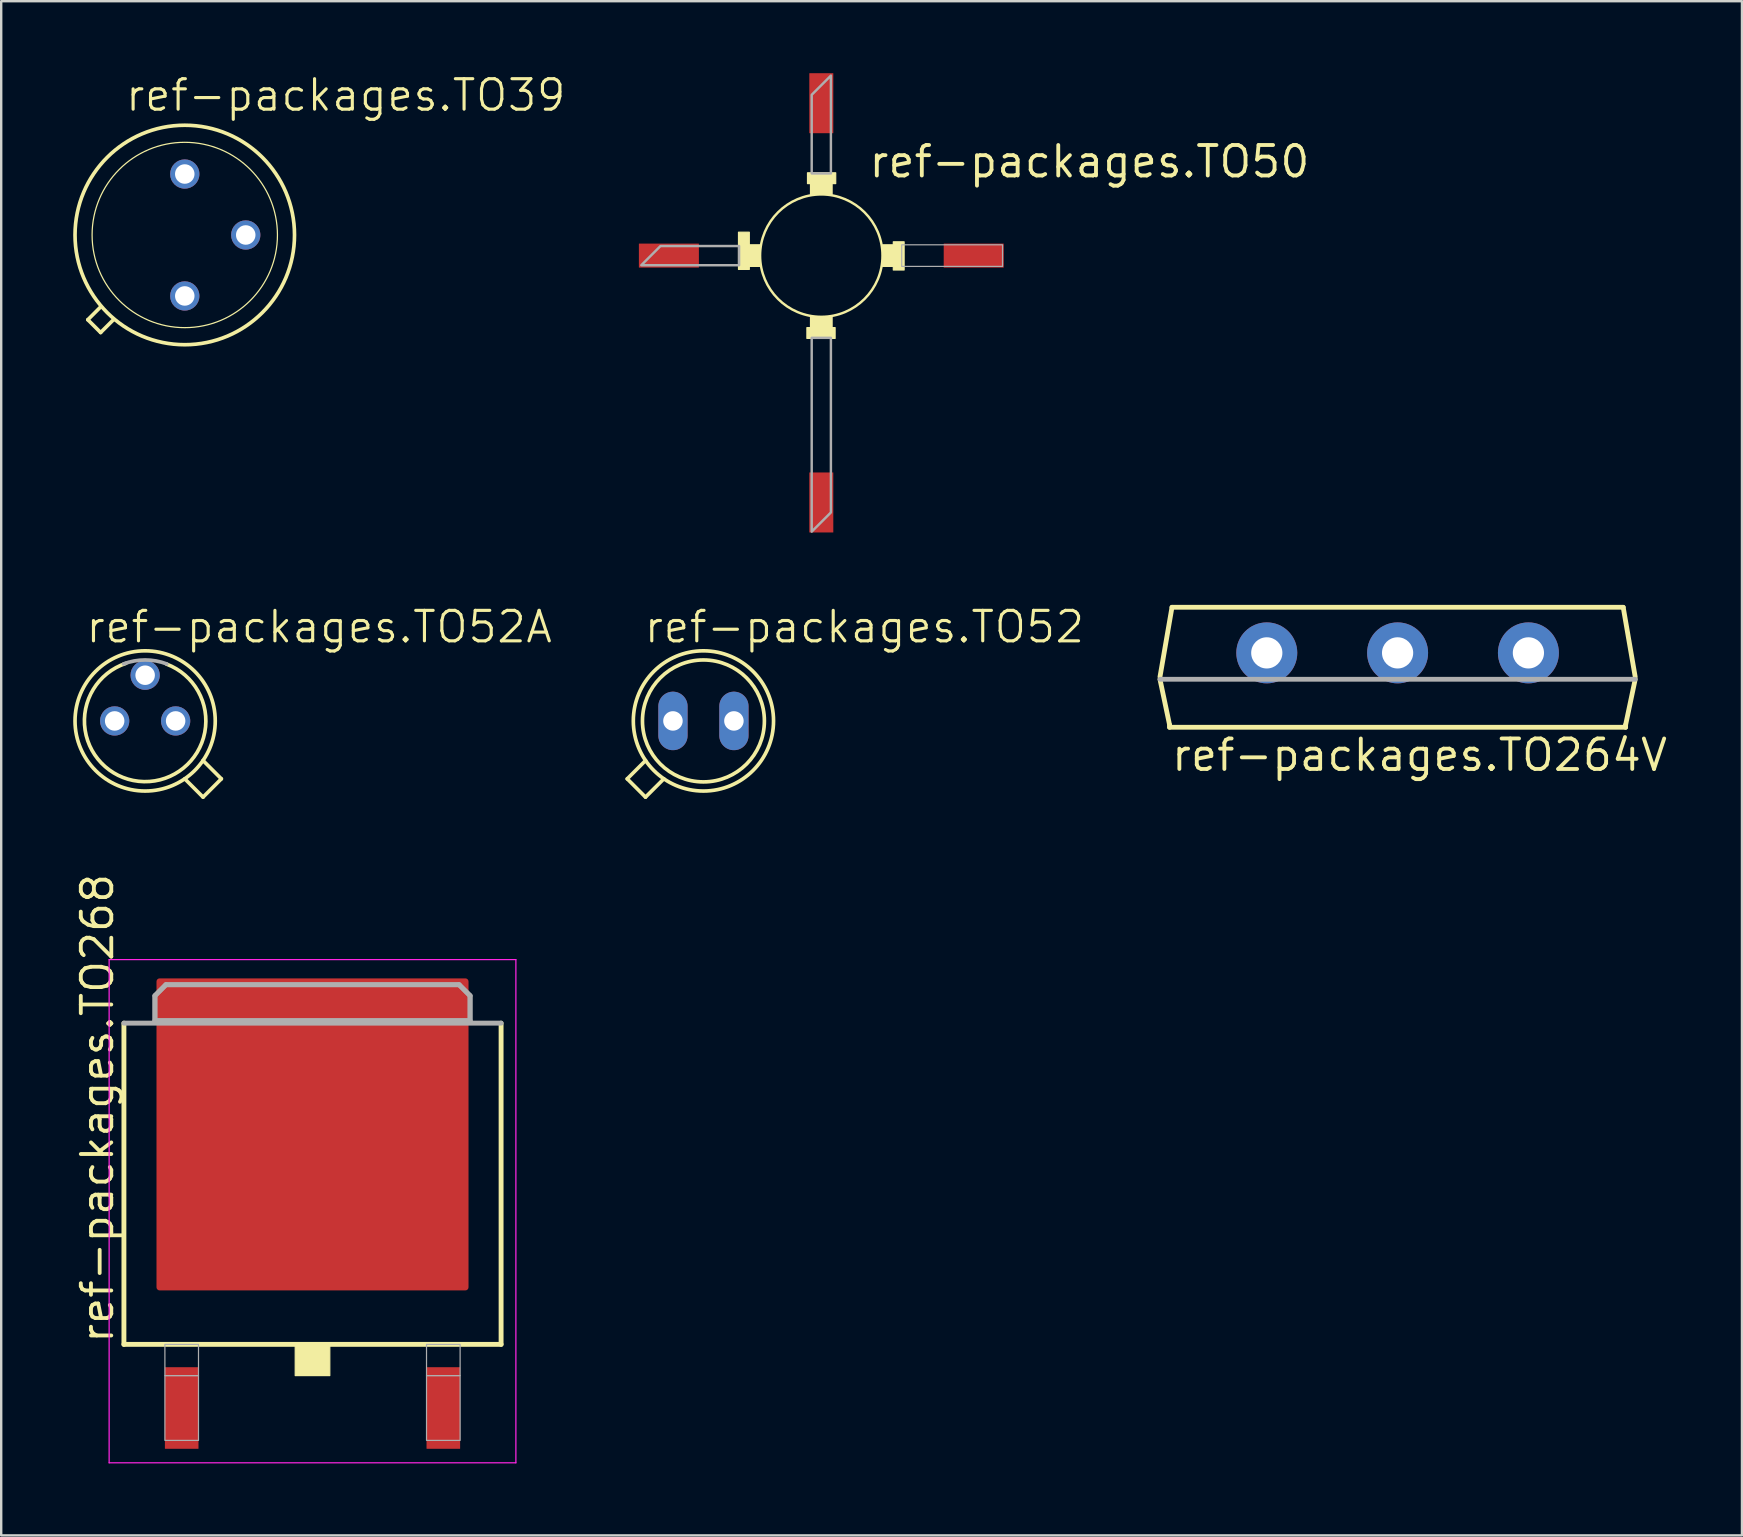
<source format=kicad_pcb>
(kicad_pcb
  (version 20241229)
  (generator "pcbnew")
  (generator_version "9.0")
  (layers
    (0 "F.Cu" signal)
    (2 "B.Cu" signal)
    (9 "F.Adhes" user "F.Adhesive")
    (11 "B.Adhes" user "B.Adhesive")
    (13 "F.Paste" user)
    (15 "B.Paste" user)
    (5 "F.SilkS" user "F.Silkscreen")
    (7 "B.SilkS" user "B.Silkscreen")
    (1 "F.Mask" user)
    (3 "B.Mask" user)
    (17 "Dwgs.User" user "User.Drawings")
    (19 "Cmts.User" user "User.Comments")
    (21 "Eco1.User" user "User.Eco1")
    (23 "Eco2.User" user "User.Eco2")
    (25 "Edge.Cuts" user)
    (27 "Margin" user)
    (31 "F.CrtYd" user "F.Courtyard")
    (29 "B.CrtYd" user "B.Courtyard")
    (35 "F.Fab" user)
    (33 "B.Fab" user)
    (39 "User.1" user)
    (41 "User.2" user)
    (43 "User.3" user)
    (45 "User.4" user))
  (footprint "ref-packages.TO50"
    (layer "F.Cu")
    (at 31.168 7.6)
    (property "Reference" "ref-packages.TO50" (at 1.905 -3.175 0) (layer "F.SilkS") (effects (font (size 1.27 1.27) (thickness 0.16)) (justify left bottom)))
    (attr smd)
    (fp_rect (start -3.45 0.575) (end -3 -0.975) (stroke (width 0.05) (type default)) (fill yes) (layer "F.SilkS"))
    (fp_rect (start -3.025 0.45) (end -2.55 -0.45) (stroke (width 0.05) (type default)) (fill yes) (layer "F.SilkS"))
    (fp_rect (start -0.6 3.45) (end 0.575 3) (stroke (width 0.05) (type default)) (fill yes) (layer "F.SilkS"))
    (fp_rect (start -0.575 -3) (end 0.6 -3.45) (stroke (width 0.05) (type default)) (fill yes) (layer "F.SilkS"))
    (fp_rect (start -0.45 -2.55) (end 0.45 -3.025) (stroke (width 0.05) (type default)) (fill yes) (layer "F.SilkS"))
    (fp_rect (start -0.45 3.025) (end 0.45 2.55) (stroke (width 0.05) (type default)) (fill yes) (layer "F.SilkS"))
    (fp_rect (start -0.225 -2.55) (end 0.225 -3.025) (stroke (width 0.05) (type default)) (fill yes) (layer "F.SilkS"))
    (fp_rect (start 2.55 0.45) (end 3.025 -0.45) (stroke (width 0.05) (type default)) (fill yes) (layer "F.SilkS"))
    (fp_rect (start 3 0.6) (end 3.45 -0.575) (stroke (width 0.05) (type default)) (fill yes) (layer "F.SilkS"))
    (fp_circle (center 0 0) (end 2.55 0) (stroke (width 0.102) (type default)) (fill no) (layer "F.SilkS"))
    (fp_rect (start 3.35 0.45) (end 7.55 -0.45) (stroke (width 0.05) (type default)) (fill no) (layer "F.Fab"))
    (fp_poly (pts (xy -7.5 0.4) (xy -6.7 -0.4) (xy -3.425 -0.4) (xy -3.425 0.4)) (stroke (width 0.102) (type default)) (fill no) (layer "F.Fab"))
    (fp_poly (pts (xy -0.4 -6.7) (xy 0.4 -7.5) (xy 0.4 -3.425) (xy -0.4 -3.425)) (stroke (width 0.102) (type default)) (fill no) (layer "F.Fab"))
    (fp_poly (pts (xy 0.4 10.7) (xy -0.4 11.5) (xy -0.4 3.425) (xy 0.4 3.425)) (stroke (width 0.102) (type default)) (fill no) (layer "F.Fab"))
    (pad "1-D" smd roundrect (at 0 10.285 270) (size 2.5 1) (layers "F.Cu" "F.Mask" "F.Paste") (roundrect_rratio 0.01))
    (pad "2-S" smd roundrect (at -6.35 0) (size 2.5 1) (layers "F.Cu" "F.Mask" "F.Paste") (roundrect_rratio 0.01))
    (pad "3-G1" smd roundrect (at 0 -6.35 90) (size 2.5 1) (layers "F.Cu" "F.Mask" "F.Paste") (roundrect_rratio 0.01))
    (pad "4-G2" smd roundrect (at 6.35 0 180) (size 2.5 1) (layers "F.Cu" "F.Mask" "F.Paste") (roundrect_rratio 0.01)))
  (footprint "ref-packages.TO52"
    (layer "F.Cu")
    (at 26.257 26.986)
    (property "Reference" "ref-packages.TO52" (at -2.54 -3.175 0) (layer "F.SilkS") (effects (font (size 1.27 1.27) (thickness 0.13)) (justify left bottom)))
    (attr through_hole)
    (fp_line (start -3.175 2.413) (end -2.413 3.175) (stroke (width 0.152) (type default)) (layer "F.SilkS"))
    (fp_line (start -3.175 2.413) (end -2.411 1.649) (stroke (width 0.152) (type default)) (layer "F.SilkS"))
    (fp_line (start -2.413 3.175) (end -1.649 2.411) (stroke (width 0.152) (type default)) (layer "F.SilkS"))
    (fp_circle (center 0 0) (end 2.54 0) (stroke (width 0.152) (type default)) (fill no) (layer "F.SilkS"))
    (fp_circle (center 0 0) (end 2.921 0) (stroke (width 0.152) (type default)) (fill no) (layer "F.SilkS"))
    (pad "1" thru_hole oval (at -1.27 0 90) (size 2.438 1.219) (drill 0.813) (layers "*.Cu" "*.Mask"))
    (pad "2" thru_hole oval (at 1.27 0 90) (size 2.438 1.219) (drill 0.813) (layers "*.Cu" "*.Mask")))
  (footprint "ref-packages.TO52A"
    (layer "F.Cu")
    (at 2.997 26.986)
    (property "Reference" "ref-packages.TO52A" (at -2.54 -3.175 0) (layer "F.SilkS") (effects (font (size 1.27 1.27) (thickness 0.13)) (justify left bottom)))
    (attr through_hole)
    (fp_line (start 2.413 3.175) (end 1.649 2.411) (stroke (width 0.152) (type default)) (layer "F.SilkS"))
    (fp_line (start 3.175 2.413) (end 2.411 1.649) (stroke (width 0.152) (type default)) (layer "F.SilkS"))
    (fp_line (start 3.175 2.413) (end 2.413 3.175) (stroke (width 0.152) (type default)) (layer "F.SilkS"))
    (fp_arc (start 0.888973 -2.368486) (mid -0.047195 2.529386) (end -0.8 -2.4) (stroke (width 0.1524) (type default)) (layer "F.SilkS"))
    (fp_circle (center 0 0) (end 2.921 0) (stroke (width 0.152) (type default)) (fill no) (layer "F.SilkS"))
    (fp_arc (start -0.9008 -2.3749) (mid 0 -2.539998) (end 0.9008 -2.3749) (stroke (width 0.1524) (type default)) (layer "F.Fab"))
    (pad "1" thru_hole circle (at -1.27 0) (size 1.219 1.219) (drill 0.813) (layers "*.Cu" "*.Mask"))
    (pad "2" thru_hole circle (at 0 -1.905) (size 1.219 1.219) (drill 0.813) (layers "*.Cu" "*.Mask"))
    (pad "3" thru_hole circle (at 1.27 0) (size 1.219 1.219) (drill 0.813) (layers "*.Cu" "*.Mask")))
  (footprint "ref-packages.TO268"
    (layer "F.Cu")
    (at 9.97 47.412)
    (property "Reference" "ref-packages.TO268" (at -8.22 5.585 90) (layer "F.SilkS") (effects (font (size 1.27 1.27) (thickness 0.16)) (justify left bottom)))
    (attr smd)
    (fp_rect (start -7 3.7) (end 7 -10.1) (stroke (width 0.05) (type default)) (fill yes) (layer "F.Mask"))
    (fp_line (start -7.857 5.549) (end -7.857 -7.835) (stroke (width 0.203) (type default)) (layer "F.SilkS"))
    (fp_line (start 7.857 -7.835) (end 7.857 5.549) (stroke (width 0.203) (type default)) (layer "F.SilkS"))
    (fp_line (start 7.857 5.549) (end -7.857 5.549) (stroke (width 0.203) (type default)) (layer "F.SilkS"))
    (fp_rect (start -0.72 6.85) (end 0.72 5.55) (stroke (width 0.05) (type default)) (fill yes) (layer "F.SilkS"))
    (fp_line (start -8.473 -10.483) (end 8.473 -10.483) (stroke (width 0.051) (type default)) (layer "F.CrtYd"))
    (fp_line (start -8.473 10.483) (end -8.473 -10.483) (stroke (width 0.051) (type default)) (layer "F.CrtYd"))
    (fp_line (start 8.473 -10.483) (end 8.473 10.483) (stroke (width 0.051) (type default)) (layer "F.CrtYd"))
    (fp_line (start 8.473 10.483) (end -8.473 10.483) (stroke (width 0.051) (type default)) (layer "F.CrtYd"))
    (fp_line (start -7.858 -7.835) (end 7.858 -7.835) (stroke (width 0.203) (type default)) (layer "F.Fab"))
    (fp_line (start -6.565 -8.978) (end -6.108 -9.436) (stroke (width 0.203) (type default)) (layer "F.Fab"))
    (fp_line (start -6.565 -7.937) (end -6.565 -8.978) (stroke (width 0.203) (type default)) (layer "F.Fab"))
    (fp_line (start -6.108 -9.436) (end 6.108 -9.436) (stroke (width 0.203) (type default)) (layer "F.Fab"))
    (fp_line (start 6.108 -9.436) (end 6.565 -8.978) (stroke (width 0.203) (type default)) (layer "F.Fab"))
    (fp_line (start 6.565 -8.978) (end 6.565 -7.937) (stroke (width 0.203) (type default)) (layer "F.Fab"))
    (fp_line (start 6.565 -7.937) (end -6.565 -7.937) (stroke (width 0.203) (type default)) (layer "F.Fab"))
    (fp_rect (start -6.15 6.85) (end -4.75 5.55) (stroke (width 0.05) (type default)) (fill no) (layer "F.Fab"))
    (fp_rect (start -6.15 9.55) (end -4.75 6.85) (stroke (width 0.05) (type default)) (fill no) (layer "F.Fab"))
    (fp_rect (start 4.75 6.85) (end 6.15 5.55) (stroke (width 0.05) (type default)) (fill no) (layer "F.Fab"))
    (fp_rect (start 4.75 9.55) (end 6.15 6.85) (stroke (width 0.05) (type default)) (fill no) (layer "F.Fab"))
    (fp_poly (pts (xy -6.565 -7.937) (xy -6.565 -8.978) (xy -6.108 -9.436) (xy 6.108 -9.436) (xy 6.565 -8.978) (xy 6.565 -7.937)) (stroke (width 0.2) (type default)) (fill no) (layer "F.Fab"))
    (pad "1" smd roundrect (at -5.45 8.2) (size 1.4 3.4) (layers "F.Cu" "F.Mask" "F.Paste") (roundrect_rratio 0.01))
    (pad "2" smd roundrect (at 5.45 8.2) (size 1.4 3.4) (layers "F.Cu" "F.Mask" "F.Paste") (roundrect_rratio 0.01))
    (pad "3" smd roundrect (at 0 -3.2) (size 13 13) (layers "F.Cu" "F.Mask" "F.Paste") (roundrect_rratio 0.01)))
  (footprint "ref-packages.TO264V"
    (layer "F.Cu")
    (at 55.178 24.151)
    (property "Reference" "ref-packages.TO264V" (at -9.5 5 0) (layer "F.SilkS") (effects (font (size 1.27 1.27) (thickness 0.16)) (justify left bottom)))
    (attr through_hole)
    (fp_line (start -9.5 3) (end -9.9 1.1) (stroke (width 0.2) (type default)) (layer "F.SilkS"))
    (fp_line (start -9.5 3.1) (end -9.5 3) (stroke (width 0.2) (type default)) (layer "F.SilkS"))
    (fp_line (start -9.4 -1.9) (end -9.9 1) (stroke (width 0.2) (type default)) (layer "F.SilkS"))
    (fp_line (start 9.4 -1.9) (end -9.4 -1.9) (stroke (width 0.2) (type default)) (layer "F.SilkS"))
    (fp_line (start 9.5 3) (end 9.5 3.1) (stroke (width 0.2) (type default)) (layer "F.SilkS"))
    (fp_line (start 9.5 3.1) (end -9.5 3.1) (stroke (width 0.2) (type default)) (layer "F.SilkS"))
    (fp_line (start 9.9 1) (end 9.4 -1.9) (stroke (width 0.2) (type default)) (layer "F.SilkS"))
    (fp_line (start 9.9 1.1) (end 9.5 3) (stroke (width 0.2) (type default)) (layer "F.SilkS"))
    (fp_line (start 9.9 1.1) (end -9.9 1.1) (stroke (width 0.2) (type default)) (layer "F.Fab"))
    (pad "1" thru_hole circle (at -5.45 0) (size 2.54 2.54) (drill 1.3) (layers "*.Cu" "*.Mask"))
    (pad "2" thru_hole circle (at 0 0) (size 2.54 2.54) (drill 1.3) (layers "*.Cu" "*.Mask"))
    (pad "3" thru_hole circle (at 5.45 0) (size 2.54 2.54) (drill 1.3) (layers "*.Cu" "*.Mask")))
  (footprint "ref-packages.TO39"
    (layer "F.Cu")
    (at 4.648 6.74)
    (property "Reference" "ref-packages.TO39" (at -2.54 -5.08 0) (layer "F.SilkS") (effects (font (size 1.27 1.27) (thickness 0.13)) (justify left bottom)))
    (attr through_hole)
    (fp_line (start -4.039 3.531) (end -3.505 2.997) (stroke (width 0.152) (type default)) (layer "F.SilkS"))
    (fp_line (start -3.505 4.064) (end -4.039 3.531) (stroke (width 0.152) (type default)) (layer "F.SilkS"))
    (fp_line (start -2.972 3.531) (end -3.505 4.064) (stroke (width 0.152) (type default)) (layer "F.SilkS"))
    (fp_circle (center 0 0) (end 3.861 0) (stroke (width 0.051) (type default)) (fill no) (layer "F.SilkS"))
    (fp_circle (center 0 0) (end 4.572 0) (stroke (width 0.152) (type default)) (fill no) (layer "F.SilkS"))
    (pad "1" thru_hole circle (at 0 2.54) (size 1.219 1.219) (drill 0.813) (layers "*.Cu" "*.Mask"))
    (pad "2" thru_hole circle (at 2.54 0) (size 1.219 1.219) (drill 0.813) (layers "*.Cu" "*.Mask"))
    (pad "3" thru_hole circle (at 0 -2.54) (size 1.219 1.219) (drill 0.813) (layers "*.Cu" "*.Mask")))
  (gr_rect
    (start -3 -3)
    (end 69.526 60.92)
    (stroke (width 0.1) (type default))
    (fill no)
    (layer "Edge.Cuts")))
</source>
